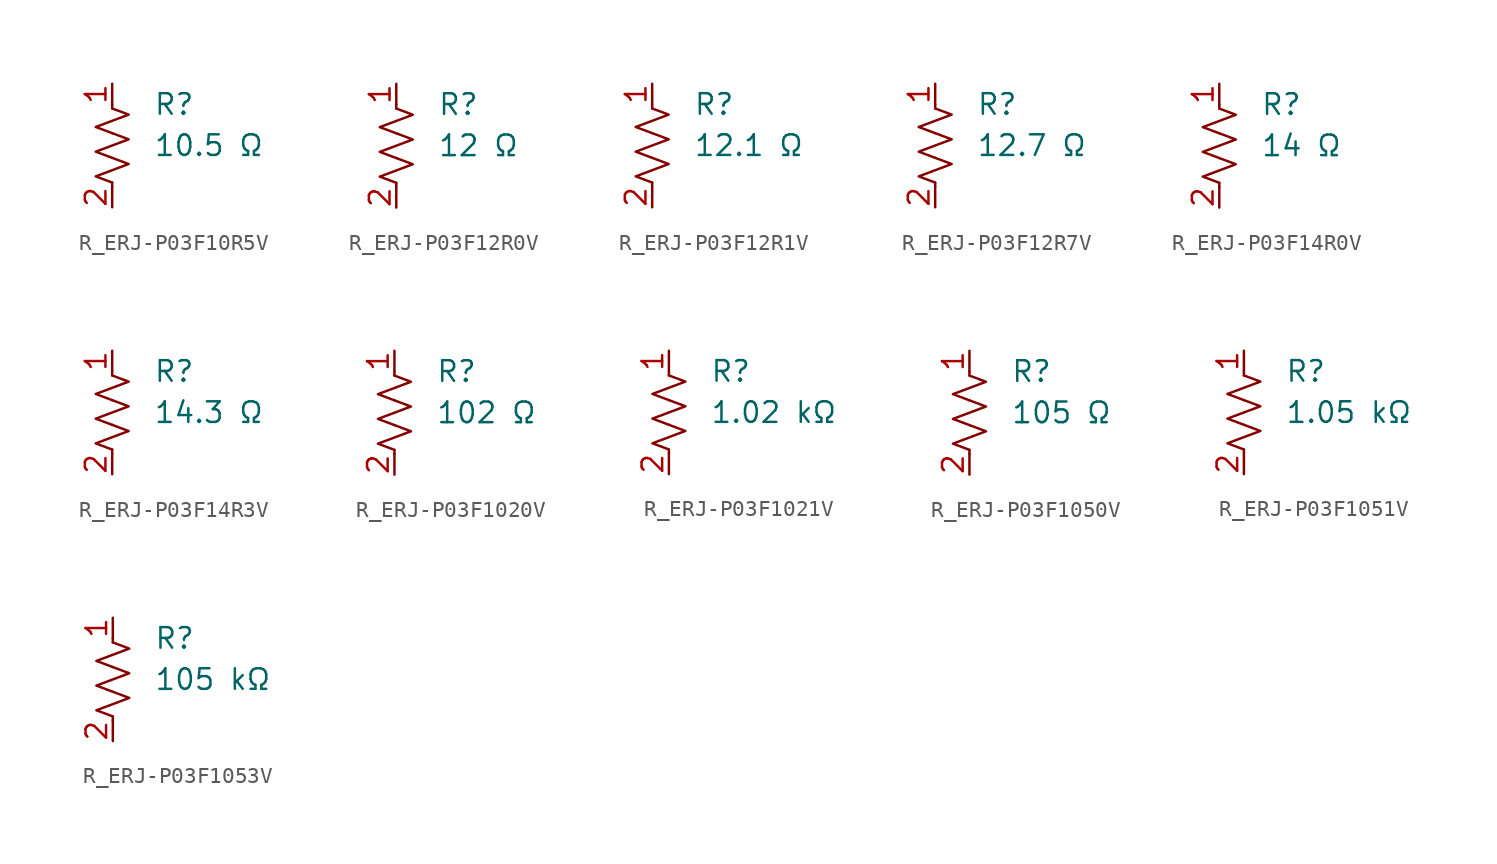
<source format=kicad_sym>
(kicad_symbol_lib
  (version 20231120)
  (generator "kicad_symbol_editor")
  (generator_version "8.0")
  (symbol "R_ERJ-P03F10R5V"
    (pin_names
      (offset 0.254))
    (property "Value" "10.5 Ω"
      (at 2.54 0 0)
      (effects (font (size 1.27 1.27)) (justify left)))
    (property "Reference" "R"
      (at 2.54 2.54 0)
      (effects (font (size 1.27 1.27)) (justify left)))
    (symbol "R_ERJ-P03F10R5V_0_1"
      (polyline (pts (xy 0 -2.286) (xy 0 -2.54)) (stroke (width 0) (type default)) (fill (type none)))
      (polyline (pts (xy 0 2.286) (xy 0 2.54)) (stroke (width 0) (type default)) (fill (type none)))
      (polyline (pts (xy 0 -0.762) (xy 1.016 -1.143) (xy 0 -1.524) (xy -1.016 -1.905) (xy 0 -2.286)) (stroke (width 0) (type default)) (fill (type none)))
      (polyline (pts (xy 0 0.762) (xy 1.016 0.381) (xy 0 0) (xy -1.016 -0.381) (xy 0 -0.762)) (stroke (width 0) (type default)) (fill (type none)))
      (polyline (pts (xy 0 2.286) (xy 1.016 1.905) (xy 0 1.524) (xy -1.016 1.143) (xy 0 0.762)) (stroke (width 0) (type default)) (fill (type none))))
    (symbol "R_ERJ-P03F10R5V_1_1"
      (pin passive line (at 0 3.81 270) (length 1.27) (name "~" (effects (font (size 1.27 1.27)))) (number "1" (effects (font (size 1.27 1.27)))))
      (pin passive line (at 0 -3.81 90) (length 1.27) (name "~" (effects (font (size 1.27 1.27)))) (number "2" (effects (font (size 1.27 1.27)))))))
  (symbol "R_ERJ-P03F12R0V"
    (pin_names
      (offset 0.254))
    (property "Value" "12 Ω"
      (at 2.54 0 0)
      (effects (font (size 1.27 1.27)) (justify left)))
    (property "Reference" "R"
      (at 2.54 2.54 0)
      (effects (font (size 1.27 1.27)) (justify left)))
    (symbol "R_ERJ-P03F12R0V_0_1"
      (polyline (pts (xy 0 -2.286) (xy 0 -2.54)) (stroke (width 0) (type default)) (fill (type none)))
      (polyline (pts (xy 0 2.286) (xy 0 2.54)) (stroke (width 0) (type default)) (fill (type none)))
      (polyline (pts (xy 0 -0.762) (xy 1.016 -1.143) (xy 0 -1.524) (xy -1.016 -1.905) (xy 0 -2.286)) (stroke (width 0) (type default)) (fill (type none)))
      (polyline (pts (xy 0 0.762) (xy 1.016 0.381) (xy 0 0) (xy -1.016 -0.381) (xy 0 -0.762)) (stroke (width 0) (type default)) (fill (type none)))
      (polyline (pts (xy 0 2.286) (xy 1.016 1.905) (xy 0 1.524) (xy -1.016 1.143) (xy 0 0.762)) (stroke (width 0) (type default)) (fill (type none))))
    (symbol "R_ERJ-P03F12R0V_1_1"
      (pin passive line (at 0 3.81 270) (length 1.27) (name "~" (effects (font (size 1.27 1.27)))) (number "1" (effects (font (size 1.27 1.27)))))
      (pin passive line (at 0 -3.81 90) (length 1.27) (name "~" (effects (font (size 1.27 1.27)))) (number "2" (effects (font (size 1.27 1.27)))))))
  (symbol "R_ERJ-P03F12R1V"
    (pin_names
      (offset 0.254))
    (property "Value" "12.1 Ω"
      (at 2.54 0 0)
      (effects (font (size 1.27 1.27)) (justify left)))
    (property "Reference" "R"
      (at 2.54 2.54 0)
      (effects (font (size 1.27 1.27)) (justify left)))
    (symbol "R_ERJ-P03F12R1V_0_1"
      (polyline (pts (xy 0 -2.286) (xy 0 -2.54)) (stroke (width 0) (type default)) (fill (type none)))
      (polyline (pts (xy 0 2.286) (xy 0 2.54)) (stroke (width 0) (type default)) (fill (type none)))
      (polyline (pts (xy 0 -0.762) (xy 1.016 -1.143) (xy 0 -1.524) (xy -1.016 -1.905) (xy 0 -2.286)) (stroke (width 0) (type default)) (fill (type none)))
      (polyline (pts (xy 0 0.762) (xy 1.016 0.381) (xy 0 0) (xy -1.016 -0.381) (xy 0 -0.762)) (stroke (width 0) (type default)) (fill (type none)))
      (polyline (pts (xy 0 2.286) (xy 1.016 1.905) (xy 0 1.524) (xy -1.016 1.143) (xy 0 0.762)) (stroke (width 0) (type default)) (fill (type none))))
    (symbol "R_ERJ-P03F12R1V_1_1"
      (pin passive line (at 0 3.81 270) (length 1.27) (name "~" (effects (font (size 1.27 1.27)))) (number "1" (effects (font (size 1.27 1.27)))))
      (pin passive line (at 0 -3.81 90) (length 1.27) (name "~" (effects (font (size 1.27 1.27)))) (number "2" (effects (font (size 1.27 1.27)))))))
  (symbol "R_ERJ-P03F12R7V"
    (pin_names
      (offset 0.254))
    (property "Value" "12.7 Ω"
      (at 2.54 0 0)
      (effects (font (size 1.27 1.27)) (justify left)))
    (property "Reference" "R"
      (at 2.54 2.54 0)
      (effects (font (size 1.27 1.27)) (justify left)))
    (symbol "R_ERJ-P03F12R7V_0_1"
      (polyline (pts (xy 0 -2.286) (xy 0 -2.54)) (stroke (width 0) (type default)) (fill (type none)))
      (polyline (pts (xy 0 2.286) (xy 0 2.54)) (stroke (width 0) (type default)) (fill (type none)))
      (polyline (pts (xy 0 -0.762) (xy 1.016 -1.143) (xy 0 -1.524) (xy -1.016 -1.905) (xy 0 -2.286)) (stroke (width 0) (type default)) (fill (type none)))
      (polyline (pts (xy 0 0.762) (xy 1.016 0.381) (xy 0 0) (xy -1.016 -0.381) (xy 0 -0.762)) (stroke (width 0) (type default)) (fill (type none)))
      (polyline (pts (xy 0 2.286) (xy 1.016 1.905) (xy 0 1.524) (xy -1.016 1.143) (xy 0 0.762)) (stroke (width 0) (type default)) (fill (type none))))
    (symbol "R_ERJ-P03F12R7V_1_1"
      (pin passive line (at 0 3.81 270) (length 1.27) (name "~" (effects (font (size 1.27 1.27)))) (number "1" (effects (font (size 1.27 1.27)))))
      (pin passive line (at 0 -3.81 90) (length 1.27) (name "~" (effects (font (size 1.27 1.27)))) (number "2" (effects (font (size 1.27 1.27)))))))
  (symbol "R_ERJ-P03F14R0V"
    (pin_names
      (offset 0.254))
    (property "Value" "14 Ω"
      (at 2.54 0 0)
      (effects (font (size 1.27 1.27)) (justify left)))
    (property "Reference" "R"
      (at 2.54 2.54 0)
      (effects (font (size 1.27 1.27)) (justify left)))
    (symbol "R_ERJ-P03F14R0V_0_1"
      (polyline (pts (xy 0 -2.286) (xy 0 -2.54)) (stroke (width 0) (type default)) (fill (type none)))
      (polyline (pts (xy 0 2.286) (xy 0 2.54)) (stroke (width 0) (type default)) (fill (type none)))
      (polyline (pts (xy 0 -0.762) (xy 1.016 -1.143) (xy 0 -1.524) (xy -1.016 -1.905) (xy 0 -2.286)) (stroke (width 0) (type default)) (fill (type none)))
      (polyline (pts (xy 0 0.762) (xy 1.016 0.381) (xy 0 0) (xy -1.016 -0.381) (xy 0 -0.762)) (stroke (width 0) (type default)) (fill (type none)))
      (polyline (pts (xy 0 2.286) (xy 1.016 1.905) (xy 0 1.524) (xy -1.016 1.143) (xy 0 0.762)) (stroke (width 0) (type default)) (fill (type none))))
    (symbol "R_ERJ-P03F14R0V_1_1"
      (pin passive line (at 0 3.81 270) (length 1.27) (name "~" (effects (font (size 1.27 1.27)))) (number "1" (effects (font (size 1.27 1.27)))))
      (pin passive line (at 0 -3.81 90) (length 1.27) (name "~" (effects (font (size 1.27 1.27)))) (number "2" (effects (font (size 1.27 1.27)))))))
  (symbol "R_ERJ-P03F14R3V"
    (pin_names
      (offset 0.254))
    (property "Value" "14.3 Ω"
      (at 2.54 0 0)
      (effects (font (size 1.27 1.27)) (justify left)))
    (property "Reference" "R"
      (at 2.54 2.54 0)
      (effects (font (size 1.27 1.27)) (justify left)))
    (symbol "R_ERJ-P03F14R3V_0_1"
      (polyline (pts (xy 0 -2.286) (xy 0 -2.54)) (stroke (width 0) (type default)) (fill (type none)))
      (polyline (pts (xy 0 2.286) (xy 0 2.54)) (stroke (width 0) (type default)) (fill (type none)))
      (polyline (pts (xy 0 -0.762) (xy 1.016 -1.143) (xy 0 -1.524) (xy -1.016 -1.905) (xy 0 -2.286)) (stroke (width 0) (type default)) (fill (type none)))
      (polyline (pts (xy 0 0.762) (xy 1.016 0.381) (xy 0 0) (xy -1.016 -0.381) (xy 0 -0.762)) (stroke (width 0) (type default)) (fill (type none)))
      (polyline (pts (xy 0 2.286) (xy 1.016 1.905) (xy 0 1.524) (xy -1.016 1.143) (xy 0 0.762)) (stroke (width 0) (type default)) (fill (type none))))
    (symbol "R_ERJ-P03F14R3V_1_1"
      (pin passive line (at 0 3.81 270) (length 1.27) (name "~" (effects (font (size 1.27 1.27)))) (number "1" (effects (font (size 1.27 1.27)))))
      (pin passive line (at 0 -3.81 90) (length 1.27) (name "~" (effects (font (size 1.27 1.27)))) (number "2" (effects (font (size 1.27 1.27)))))))
  (symbol "R_ERJ-P03F1020V"
    (pin_names
      (offset 0.254))
    (property "Value" "102 Ω"
      (at 2.54 0 0)
      (effects (font (size 1.27 1.27)) (justify left)))
    (property "Reference" "R"
      (at 2.54 2.54 0)
      (effects (font (size 1.27 1.27)) (justify left)))
    (symbol "R_ERJ-P03F1020V_0_1"
      (polyline (pts (xy 0 -2.286) (xy 0 -2.54)) (stroke (width 0) (type default)) (fill (type none)))
      (polyline (pts (xy 0 2.286) (xy 0 2.54)) (stroke (width 0) (type default)) (fill (type none)))
      (polyline (pts (xy 0 -0.762) (xy 1.016 -1.143) (xy 0 -1.524) (xy -1.016 -1.905) (xy 0 -2.286)) (stroke (width 0) (type default)) (fill (type none)))
      (polyline (pts (xy 0 0.762) (xy 1.016 0.381) (xy 0 0) (xy -1.016 -0.381) (xy 0 -0.762)) (stroke (width 0) (type default)) (fill (type none)))
      (polyline (pts (xy 0 2.286) (xy 1.016 1.905) (xy 0 1.524) (xy -1.016 1.143) (xy 0 0.762)) (stroke (width 0) (type default)) (fill (type none))))
    (symbol "R_ERJ-P03F1020V_1_1"
      (pin passive line (at 0 3.81 270) (length 1.27) (name "~" (effects (font (size 1.27 1.27)))) (number "1" (effects (font (size 1.27 1.27)))))
      (pin passive line (at 0 -3.81 90) (length 1.27) (name "~" (effects (font (size 1.27 1.27)))) (number "2" (effects (font (size 1.27 1.27)))))))
  (symbol "R_ERJ-P03F1021V"
    (pin_names
      (offset 0.254))
    (property "Value" "1.02 kΩ"
      (at 2.54 0 0)
      (effects (font (size 1.27 1.27)) (justify left)))
    (property "Reference" "R"
      (at 2.54 2.54 0)
      (effects (font (size 1.27 1.27)) (justify left)))
    (symbol "R_ERJ-P03F1021V_0_1"
      (polyline (pts (xy 0 -2.286) (xy 0 -2.54)) (stroke (width 0) (type default)) (fill (type none)))
      (polyline (pts (xy 0 2.286) (xy 0 2.54)) (stroke (width 0) (type default)) (fill (type none)))
      (polyline (pts (xy 0 -0.762) (xy 1.016 -1.143) (xy 0 -1.524) (xy -1.016 -1.905) (xy 0 -2.286)) (stroke (width 0) (type default)) (fill (type none)))
      (polyline (pts (xy 0 0.762) (xy 1.016 0.381) (xy 0 0) (xy -1.016 -0.381) (xy 0 -0.762)) (stroke (width 0) (type default)) (fill (type none)))
      (polyline (pts (xy 0 2.286) (xy 1.016 1.905) (xy 0 1.524) (xy -1.016 1.143) (xy 0 0.762)) (stroke (width 0) (type default)) (fill (type none))))
    (symbol "R_ERJ-P03F1021V_1_1"
      (pin passive line (at 0 3.81 270) (length 1.27) (name "~" (effects (font (size 1.27 1.27)))) (number "1" (effects (font (size 1.27 1.27)))))
      (pin passive line (at 0 -3.81 90) (length 1.27) (name "~" (effects (font (size 1.27 1.27)))) (number "2" (effects (font (size 1.27 1.27)))))))
  (symbol "R_ERJ-P03F1050V"
    (pin_names
      (offset 0.254))
    (property "Value" "105 Ω"
      (at 2.54 0 0)
      (effects (font (size 1.27 1.27)) (justify left)))
    (property "Reference" "R"
      (at 2.54 2.54 0)
      (effects (font (size 1.27 1.27)) (justify left)))
    (symbol "R_ERJ-P03F1050V_0_1"
      (polyline (pts (xy 0 -2.286) (xy 0 -2.54)) (stroke (width 0) (type default)) (fill (type none)))
      (polyline (pts (xy 0 2.286) (xy 0 2.54)) (stroke (width 0) (type default)) (fill (type none)))
      (polyline (pts (xy 0 -0.762) (xy 1.016 -1.143) (xy 0 -1.524) (xy -1.016 -1.905) (xy 0 -2.286)) (stroke (width 0) (type default)) (fill (type none)))
      (polyline (pts (xy 0 0.762) (xy 1.016 0.381) (xy 0 0) (xy -1.016 -0.381) (xy 0 -0.762)) (stroke (width 0) (type default)) (fill (type none)))
      (polyline (pts (xy 0 2.286) (xy 1.016 1.905) (xy 0 1.524) (xy -1.016 1.143) (xy 0 0.762)) (stroke (width 0) (type default)) (fill (type none))))
    (symbol "R_ERJ-P03F1050V_1_1"
      (pin passive line (at 0 3.81 270) (length 1.27) (name "~" (effects (font (size 1.27 1.27)))) (number "1" (effects (font (size 1.27 1.27)))))
      (pin passive line (at 0 -3.81 90) (length 1.27) (name "~" (effects (font (size 1.27 1.27)))) (number "2" (effects (font (size 1.27 1.27)))))))
  (symbol "R_ERJ-P03F1051V"
    (pin_names
      (offset 0.254))
    (property "Value" "1.05 kΩ"
      (at 2.54 0 0)
      (effects (font (size 1.27 1.27)) (justify left)))
    (property "Reference" "R"
      (at 2.54 2.54 0)
      (effects (font (size 1.27 1.27)) (justify left)))
    (symbol "R_ERJ-P03F1051V_0_1"
      (polyline (pts (xy 0 -2.286) (xy 0 -2.54)) (stroke (width 0) (type default)) (fill (type none)))
      (polyline (pts (xy 0 2.286) (xy 0 2.54)) (stroke (width 0) (type default)) (fill (type none)))
      (polyline (pts (xy 0 -0.762) (xy 1.016 -1.143) (xy 0 -1.524) (xy -1.016 -1.905) (xy 0 -2.286)) (stroke (width 0) (type default)) (fill (type none)))
      (polyline (pts (xy 0 0.762) (xy 1.016 0.381) (xy 0 0) (xy -1.016 -0.381) (xy 0 -0.762)) (stroke (width 0) (type default)) (fill (type none)))
      (polyline (pts (xy 0 2.286) (xy 1.016 1.905) (xy 0 1.524) (xy -1.016 1.143) (xy 0 0.762)) (stroke (width 0) (type default)) (fill (type none))))
    (symbol "R_ERJ-P03F1051V_1_1"
      (pin passive line (at 0 3.81 270) (length 1.27) (name "~" (effects (font (size 1.27 1.27)))) (number "1" (effects (font (size 1.27 1.27)))))
      (pin passive line (at 0 -3.81 90) (length 1.27) (name "~" (effects (font (size 1.27 1.27)))) (number "2" (effects (font (size 1.27 1.27)))))))
  (symbol "R_ERJ-P03F1053V"
    (pin_names
      (offset 0.254))
    (property "Value" "105 kΩ"
      (at 2.54 0 0)
      (effects (font (size 1.27 1.27)) (justify left)))
    (property "Reference" "R"
      (at 2.54 2.54 0)
      (effects (font (size 1.27 1.27)) (justify left)))
    (symbol "R_ERJ-P03F1053V_0_1"
      (polyline (pts (xy 0 -2.286) (xy 0 -2.54)) (stroke (width 0) (type default)) (fill (type none)))
      (polyline (pts (xy 0 2.286) (xy 0 2.54)) (stroke (width 0) (type default)) (fill (type none)))
      (polyline (pts (xy 0 -0.762) (xy 1.016 -1.143) (xy 0 -1.524) (xy -1.016 -1.905) (xy 0 -2.286)) (stroke (width 0) (type default)) (fill (type none)))
      (polyline (pts (xy 0 0.762) (xy 1.016 0.381) (xy 0 0) (xy -1.016 -0.381) (xy 0 -0.762)) (stroke (width 0) (type default)) (fill (type none)))
      (polyline (pts (xy 0 2.286) (xy 1.016 1.905) (xy 0 1.524) (xy -1.016 1.143) (xy 0 0.762)) (stroke (width 0) (type default)) (fill (type none))))
    (symbol "R_ERJ-P03F1053V_1_1"
      (pin passive line (at 0 3.81 270) (length 1.27) (name "~" (effects (font (size 1.27 1.27)))) (number "1" (effects (font (size 1.27 1.27)))))
      (pin passive line (at 0 -3.81 90) (length 1.27) (name "~" (effects (font (size 1.27 1.27)))) (number "2" (effects (font (size 1.27 1.27))))))))
</source>
